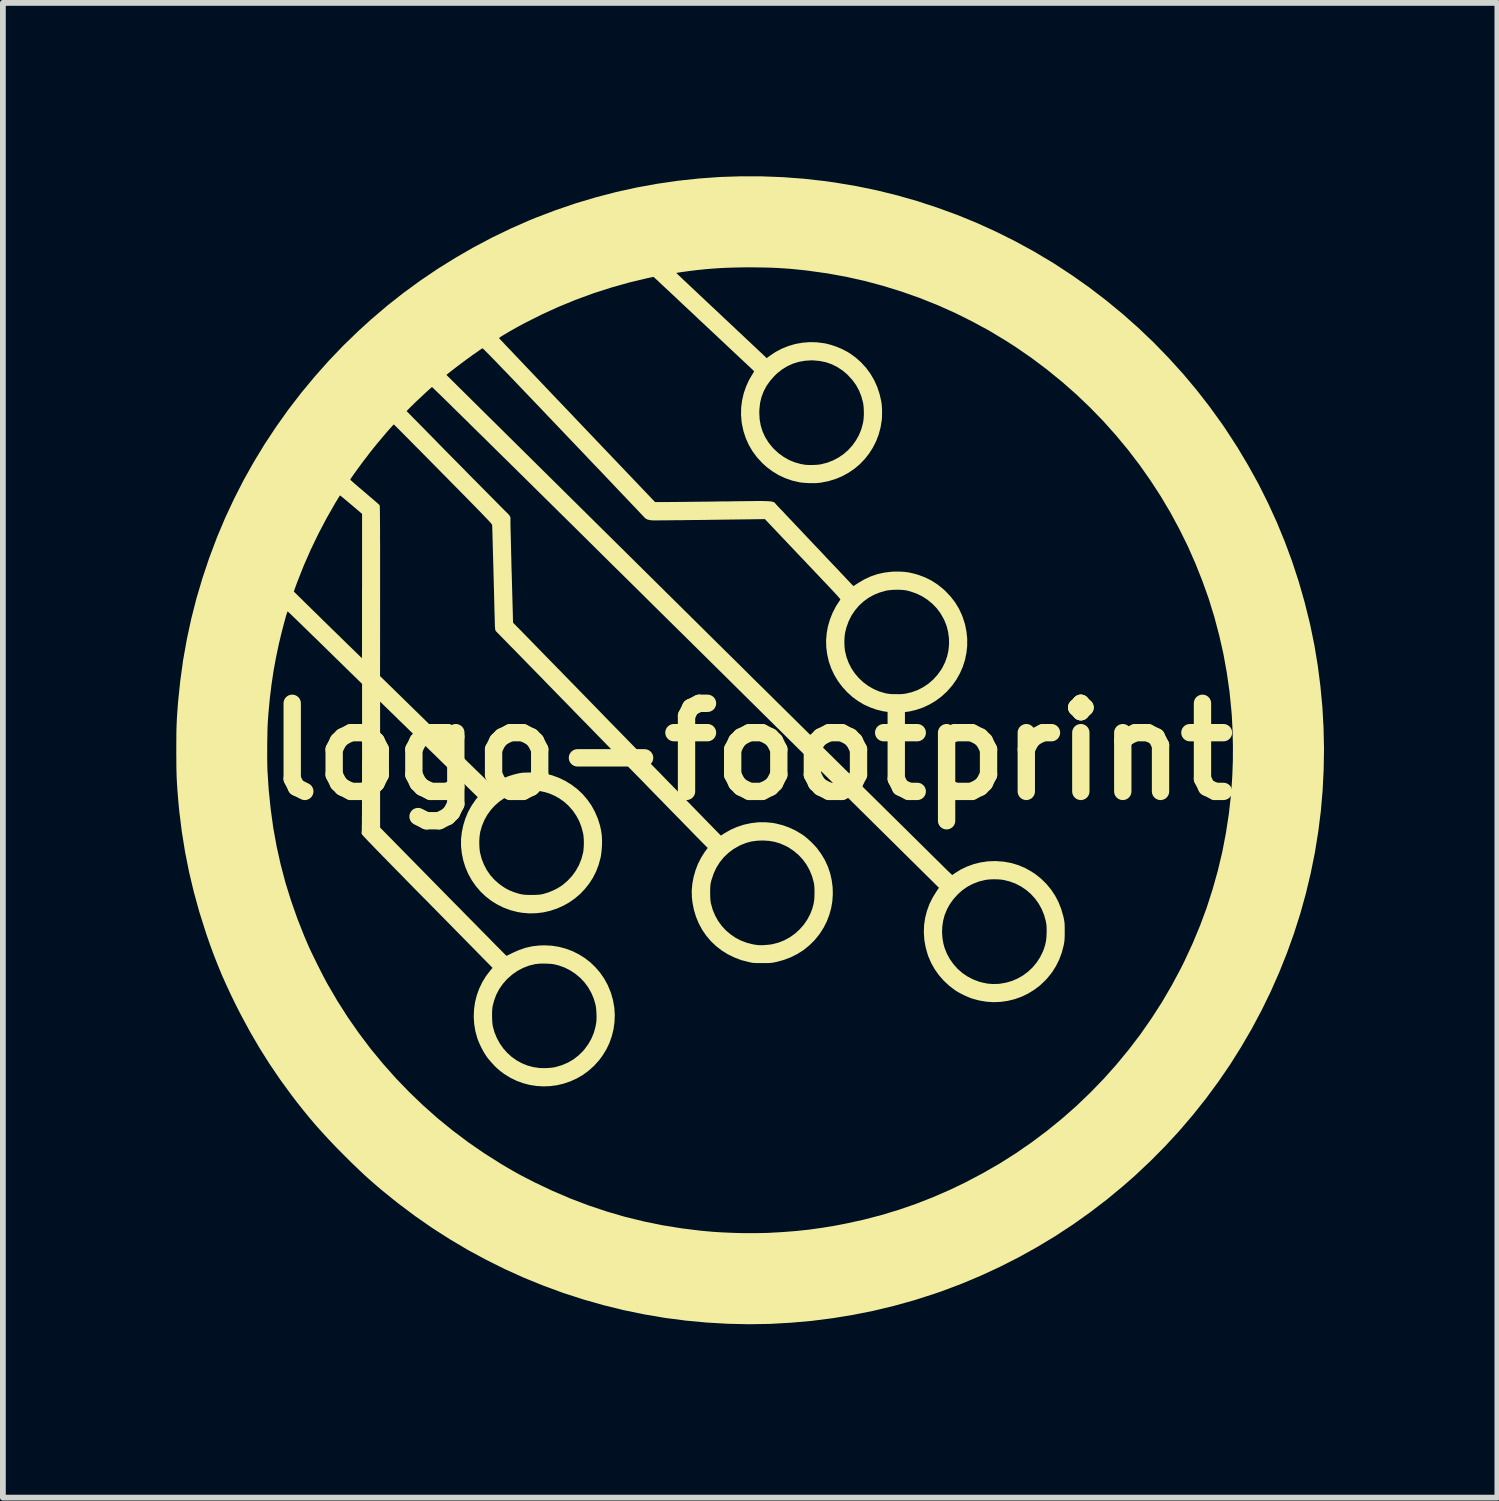
<source format=kicad_pcb>
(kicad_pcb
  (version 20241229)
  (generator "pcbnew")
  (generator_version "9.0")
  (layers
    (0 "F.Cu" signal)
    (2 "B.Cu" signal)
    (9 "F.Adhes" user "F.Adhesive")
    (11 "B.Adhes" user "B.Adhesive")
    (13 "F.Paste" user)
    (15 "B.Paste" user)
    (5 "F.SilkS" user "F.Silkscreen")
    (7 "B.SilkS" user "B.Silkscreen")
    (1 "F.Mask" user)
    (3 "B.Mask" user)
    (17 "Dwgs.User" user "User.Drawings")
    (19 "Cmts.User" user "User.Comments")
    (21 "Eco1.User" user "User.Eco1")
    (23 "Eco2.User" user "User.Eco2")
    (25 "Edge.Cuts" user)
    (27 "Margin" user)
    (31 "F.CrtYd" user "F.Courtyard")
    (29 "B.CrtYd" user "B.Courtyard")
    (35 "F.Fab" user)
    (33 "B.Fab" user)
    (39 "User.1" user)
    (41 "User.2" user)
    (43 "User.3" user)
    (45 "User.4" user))
  (footprint "logo-footprint"
    (layer "F.Cu")
    (at 9.952 9.952)
    (property "Reference" "logo-footprint" (at 0 0 0) (layer "F.SilkS") (effects (font (size 1.524 1.524) (thickness 0.3))))
    (attr board_only exclude_from_pos_files exclude_from_bom)
    (fp_poly (pts (xy 0.182 -9.951) (xy 0.547 -9.937) (xy 0.913 -9.909) (xy 1.278 -9.868) (xy 1.458 -9.842) (xy 1.814 -9.782) (xy 2.168 -9.709) (xy 2.52 -9.622) (xy 2.868 -9.523) (xy 3.212 -9.41) (xy 3.553 -9.286) (xy 3.888 -9.149) (xy 4.219 -8.999) (xy 4.543 -8.838) (xy 4.862 -8.665) (xy 5.174 -8.48) (xy 5.239 -8.44) (xy 5.547 -8.238) (xy 5.847 -8.026) (xy 6.138 -7.803) (xy 6.421 -7.57) (xy 6.695 -7.327) (xy 6.96 -7.074) (xy 7.215 -6.811) (xy 7.461 -6.54) (xy 7.697 -6.259) (xy 7.922 -5.97) (xy 8.137 -5.672) (xy 8.206 -5.571) (xy 8.406 -5.263) (xy 8.594 -4.948) (xy 8.771 -4.628) (xy 8.934 -4.302) (xy 9.086 -3.97) (xy 9.225 -3.633) (xy 9.352 -3.29) (xy 9.466 -2.942) (xy 9.567 -2.59) (xy 9.656 -2.232) (xy 9.666 -2.188) (xy 9.738 -1.838) (xy 9.796 -1.485) (xy 9.842 -1.128) (xy 9.876 -0.77) (xy 9.896 -0.409) (xy 9.904 -0.049) (xy 9.898 0.312) (xy 9.88 0.672) (xy 9.849 1.03) (xy 9.805 1.381) (xy 9.747 1.742) (xy 9.675 2.1) (xy 9.591 2.453) (xy 9.494 2.803) (xy 9.384 3.148) (xy 9.262 3.488) (xy 9.128 3.823) (xy 8.982 4.153) (xy 8.824 4.477) (xy 8.654 4.796) (xy 8.473 5.107) (xy 8.281 5.413) (xy 8.077 5.711) (xy 7.862 6.003) (xy 7.636 6.287) (xy 7.4 6.563) (xy 7.153 6.831) (xy 6.895 7.091) (xy 6.628 7.342) (xy 6.423 7.522) (xy 6.142 7.754) (xy 5.853 7.975) (xy 5.556 8.186) (xy 5.252 8.385) (xy 4.94 8.573) (xy 4.621 8.75) (xy 4.297 8.915) (xy 3.966 9.068) (xy 3.631 9.209) (xy 3.291 9.337) (xy 3.162 9.381) (xy 2.817 9.492) (xy 2.468 9.589) (xy 2.115 9.674) (xy 1.759 9.745) (xy 1.4 9.804) (xy 1.039 9.85) (xy 0.678 9.882) (xy 0.315 9.902) (xy -0.047 9.908) (xy -0.406 9.9) (xy -0.773 9.879) (xy -1.137 9.845) (xy -1.499 9.798) (xy -1.857 9.737) (xy -2.213 9.664) (xy -2.565 9.577) (xy -2.913 9.478) (xy -3.257 9.367) (xy -3.597 9.242) (xy -3.932 9.106) (xy -4.262 8.957) (xy -4.586 8.796) (xy -4.905 8.624) (xy -5.217 8.439) (xy -5.524 8.243) (xy -5.824 8.034) (xy -6.116 7.815) (xy -6.382 7.601) (xy -6.467 7.529) (xy -6.547 7.46) (xy -6.624 7.392) (xy -6.7 7.323) (xy -6.777 7.251) (xy -6.856 7.175) (xy -6.941 7.093) (xy -7.032 7.002) (xy -7.044 6.99) (xy -7.18 6.853) (xy -7.306 6.721) (xy -7.424 6.593) (xy -7.537 6.467) (xy -7.645 6.34) (xy -7.751 6.211) (xy -7.857 6.077) (xy -7.961 5.941) (xy -8.157 5.672) (xy -8.341 5.401) (xy -8.514 5.126) (xy -8.678 4.845) (xy -8.834 4.556) (xy -8.924 4.38) (xy -9.011 4.201) (xy -9.091 4.028) (xy -9.166 3.86) (xy -9.235 3.692) (xy -9.302 3.522) (xy -9.367 3.346) (xy -9.431 3.161) (xy -9.446 3.115) (xy -9.555 2.77) (xy -9.65 2.425) (xy -9.732 2.08) (xy -9.801 1.732) (xy -9.857 1.382) (xy -9.901 1.028) (xy -9.921 0.814) (xy -9.927 0.736) (xy -9.933 0.665) (xy -9.937 0.601) (xy -9.941 0.54) (xy -9.944 0.481) (xy -9.947 0.421) (xy -9.948 0.36) (xy -9.95 0.295) (xy -9.951 0.223) (xy -9.951 0.144) (xy -9.952 0.054) (xy -9.952 0.048) (xy -8.379 0.048) (xy -8.379 0.127) (xy -8.378 0.2) (xy -8.377 0.265) (xy -8.375 0.32) (xy -8.375 0.329) (xy -8.353 0.666) (xy -8.319 0.996) (xy -8.274 1.322) (xy -8.216 1.643) (xy -8.145 1.96) (xy -8.062 2.274) (xy -7.965 2.585) (xy -7.856 2.895) (xy -7.734 3.203) (xy -7.664 3.366) (xy -7.644 3.411) (xy -7.619 3.464) (xy -7.589 3.526) (xy -7.556 3.593) (xy -7.522 3.663) (xy -7.486 3.734) (xy -7.451 3.804) (xy -7.417 3.87) (xy -7.385 3.931) (xy -7.357 3.984) (xy -7.335 4.024) (xy -7.165 4.315) (xy -6.984 4.599) (xy -6.792 4.874) (xy -6.59 5.142) (xy -6.377 5.4) (xy -6.155 5.65) (xy -5.923 5.891) (xy -5.682 6.122) (xy -5.432 6.344) (xy -5.173 6.555) (xy -4.906 6.756) (xy -4.631 6.946) (xy -4.348 7.125) (xy -4.319 7.143) (xy -4.231 7.195) (xy -4.149 7.243) (xy -4.071 7.287) (xy -3.993 7.33) (xy -3.912 7.372) (xy -3.824 7.417) (xy -3.746 7.457) (xy -3.442 7.601) (xy -3.133 7.733) (xy -2.821 7.852) (xy -2.504 7.958) (xy -2.184 8.051) (xy -1.86 8.13) (xy -1.533 8.197) (xy -1.202 8.25) (xy -0.868 8.291) (xy -0.655 8.31) (xy -0.505 8.319) (xy -0.348 8.326) (xy -0.187 8.331) (xy -0.027 8.332) (xy 0.129 8.331) (xy 0.277 8.328) (xy 0.305 8.326) (xy 0.543 8.313) (xy 0.772 8.295) (xy 0.996 8.271) (xy 1.218 8.24) (xy 1.442 8.203) (xy 1.615 8.17) (xy 1.932 8.101) (xy 2.241 8.021) (xy 2.545 7.929) (xy 2.844 7.826) (xy 3.14 7.71) (xy 3.434 7.582) (xy 3.698 7.455) (xy 3.996 7.298) (xy 4.287 7.131) (xy 4.57 6.952) (xy 4.845 6.762) (xy 5.112 6.562) (xy 5.37 6.352) (xy 5.62 6.132) (xy 5.86 5.902) (xy 6.092 5.663) (xy 6.313 5.415) (xy 6.525 5.158) (xy 6.727 4.893) (xy 6.918 4.619) (xy 7.099 4.338) (xy 7.268 4.049) (xy 7.427 3.752) (xy 7.488 3.629) (xy 7.63 3.323) (xy 7.759 3.013) (xy 7.875 2.7) (xy 7.977 2.382) (xy 8.067 2.061) (xy 8.144 1.737) (xy 8.207 1.409) (xy 8.258 1.077) (xy 8.295 0.743) (xy 8.302 0.658) (xy 8.318 0.409) (xy 8.327 0.153) (xy 8.328 -0.107) (xy 8.322 -0.365) (xy 8.309 -0.618) (xy 8.302 -0.706) (xy 8.269 -1.037) (xy 8.222 -1.366) (xy 8.163 -1.692) (xy 8.09 -2.013) (xy 8.006 -2.331) (xy 7.909 -2.645) (xy 7.799 -2.953) (xy 7.678 -3.257) (xy 7.546 -3.556) (xy 7.401 -3.849) (xy 7.246 -4.136) (xy 7.079 -4.417) (xy 6.901 -4.691) (xy 6.713 -4.959) (xy 6.514 -5.219) (xy 6.305 -5.471) (xy 6.086 -5.716) (xy 5.857 -5.952) (xy 5.618 -6.18) (xy 5.369 -6.399) (xy 5.112 -6.608) (xy 4.845 -6.809) (xy 4.569 -6.999) (xy 4.393 -7.112) (xy 4.109 -7.283) (xy 3.817 -7.441) (xy 3.52 -7.589) (xy 3.217 -7.724) (xy 2.909 -7.847) (xy 2.597 -7.957) (xy 2.281 -8.055) (xy 1.961 -8.141) (xy 1.639 -8.213) (xy 1.314 -8.272) (xy 0.988 -8.318) (xy 0.92 -8.326) (xy 0.793 -8.339) (xy 0.674 -8.351) (xy 0.559 -8.359) (xy 0.446 -8.366) (xy 0.331 -8.371) (xy 0.212 -8.374) (xy 0.085 -8.376) (xy -0.031 -8.377) (xy -0.175 -8.376) (xy -0.308 -8.373) (xy -0.434 -8.369) (xy -0.555 -8.363) (xy -0.674 -8.355) (xy -0.794 -8.345) (xy -0.919 -8.332) (xy -0.94 -8.33) (xy -0.99 -8.324) (xy -1.042 -8.318) (xy -1.094 -8.311) (xy -1.143 -8.304) (xy -1.189 -8.298) (xy -1.229 -8.292) (xy -1.262 -8.287) (xy -1.286 -8.283) (xy -1.299 -8.28) (xy -1.301 -8.279) (xy -1.296 -8.274) (xy -1.282 -8.26) (xy -1.259 -8.238) (xy -1.227 -8.208) (xy -1.188 -8.171) (xy -1.141 -8.127) (xy -1.088 -8.077) (xy -1.029 -8.021) (xy -0.964 -7.96) (xy -0.895 -7.895) (xy -0.82 -7.825) (xy -0.742 -7.751) (xy -0.661 -7.675) (xy -0.576 -7.596) (xy -0.556 -7.577) (xy -0.471 -7.496) (xy -0.387 -7.418) (xy -0.307 -7.343) (xy -0.23 -7.27) (xy -0.157 -7.202) (xy -0.089 -7.137) (xy -0.025 -7.078) (xy 0.032 -7.024) (xy 0.083 -6.976) (xy 0.127 -6.934) (xy 0.164 -6.9) (xy 0.193 -6.873) (xy 0.213 -6.854) (xy 0.224 -6.843) (xy 0.224 -6.843) (xy 0.262 -6.806) (xy 0.306 -6.839) (xy 0.411 -6.91) (xy 0.522 -6.969) (xy 0.638 -7.016) (xy 0.758 -7.051) (xy 0.881 -7.073) (xy 1.006 -7.083) (xy 1.131 -7.08) (xy 1.256 -7.064) (xy 1.293 -7.057) (xy 1.38 -7.034) (xy 1.471 -7.003) (xy 1.56 -6.966) (xy 1.643 -6.923) (xy 1.698 -6.891) (xy 1.802 -6.816) (xy 1.896 -6.732) (xy 1.981 -6.639) (xy 2.056 -6.537) (xy 2.12 -6.428) (xy 2.173 -6.312) (xy 2.214 -6.189) (xy 2.243 -6.065) (xy 2.25 -6.02) (xy 2.255 -5.965) (xy 2.258 -5.906) (xy 2.258 -5.846) (xy 2.257 -5.789) (xy 2.254 -5.74) (xy 2.253 -5.734) (xy 2.232 -5.606) (xy 2.199 -5.483) (xy 2.154 -5.366) (xy 2.098 -5.256) (xy 2.032 -5.153) (xy 1.956 -5.057) (xy 1.871 -4.969) (xy 1.778 -4.891) (xy 1.676 -4.822) (xy 1.568 -4.763) (xy 1.453 -4.715) (xy 1.332 -4.678) (xy 1.205 -4.653) (xy 1.167 -4.648) (xy 1.117 -4.644) (xy 1.059 -4.643) (xy 0.996 -4.644) (xy 0.933 -4.647) (xy 0.875 -4.652) (xy 0.831 -4.658) (xy 0.705 -4.687) (xy 0.584 -4.729) (xy 0.469 -4.782) (xy 0.361 -4.848) (xy 0.258 -4.925) (xy 0.183 -4.994) (xy 0.094 -5.091) (xy 0.018 -5.193) (xy -0.046 -5.302) (xy -0.098 -5.417) (xy -0.138 -5.538) (xy -0.166 -5.665) (xy -0.173 -5.711) (xy -0.182 -5.833) (xy -0.181 -5.86) (xy 0.134 -5.86) (xy 0.14 -5.747) (xy 0.159 -5.64) (xy 0.191 -5.538) (xy 0.235 -5.441) (xy 0.292 -5.349) (xy 0.361 -5.263) (xy 0.383 -5.239) (xy 0.466 -5.162) (xy 0.556 -5.097) (xy 0.651 -5.043) (xy 0.751 -5.002) (xy 0.857 -4.973) (xy 0.93 -4.961) (xy 0.971 -4.958) (xy 1.022 -4.957) (xy 1.076 -4.958) (xy 1.13 -4.961) (xy 1.179 -4.966) (xy 1.207 -4.971) (xy 1.312 -4.998) (xy 1.412 -5.037) (xy 1.506 -5.087) (xy 1.594 -5.147) (xy 1.673 -5.217) (xy 1.744 -5.295) (xy 1.806 -5.382) (xy 1.858 -5.475) (xy 1.899 -5.575) (xy 1.927 -5.679) (xy 1.932 -5.704) (xy 1.939 -5.757) (xy 1.943 -5.819) (xy 1.943 -5.884) (xy 1.94 -5.949) (xy 1.934 -6.007) (xy 1.929 -6.036) (xy 1.9 -6.144) (xy 1.86 -6.245) (xy 1.809 -6.339) (xy 1.745 -6.427) (xy 1.669 -6.51) (xy 1.66 -6.52) (xy 1.575 -6.592) (xy 1.484 -6.652) (xy 1.388 -6.7) (xy 1.287 -6.735) (xy 1.181 -6.757) (xy 1.07 -6.767) (xy 1.038 -6.768) (xy 0.926 -6.761) (xy 0.819 -6.742) (xy 0.717 -6.711) (xy 0.62 -6.667) (xy 0.529 -6.611) (xy 0.442 -6.542) (xy 0.397 -6.499) (xy 0.322 -6.414) (xy 0.259 -6.325) (xy 0.21 -6.232) (xy 0.173 -6.135) (xy 0.148 -6.032) (xy 0.136 -5.923) (xy 0.134 -5.86) (xy -0.181 -5.86) (xy -0.179 -5.955) (xy -0.163 -6.078) (xy -0.135 -6.198) (xy -0.095 -6.315) (xy -0.044 -6.427) (xy 0.01 -6.519) (xy 0.026 -6.544) (xy 0.037 -6.564) (xy 0.043 -6.578) (xy 0.043 -6.582) (xy 0.037 -6.587) (xy 0.023 -6.601) (xy -0.001 -6.624) (xy -0.033 -6.654) (xy -0.073 -6.691) (xy -0.121 -6.736) (xy -0.175 -6.786) (xy -0.235 -6.843) (xy -0.301 -6.905) (xy -0.373 -6.972) (xy -0.449 -7.044) (xy -0.53 -7.12) (xy -0.614 -7.199) (xy -0.702 -7.281) (xy -0.792 -7.366) (xy -0.811 -7.384) (xy -0.903 -7.469) (xy -0.991 -7.553) (xy -1.077 -7.633) (xy -1.159 -7.71) (xy -1.237 -7.783) (xy -1.31 -7.852) (xy -1.378 -7.916) (xy -1.441 -7.975) (xy -1.497 -8.027) (xy -1.547 -8.074) (xy -1.59 -8.114) (xy -1.624 -8.147) (xy -1.651 -8.171) (xy -1.669 -8.188) (xy -1.677 -8.196) (xy -1.678 -8.196) (xy -1.695 -8.212) (xy -1.796 -8.191) (xy -2.111 -8.116) (xy -2.424 -8.028) (xy -2.735 -7.928) (xy -3.043 -7.815) (xy -3.345 -7.691) (xy -3.642 -7.555) (xy -3.931 -7.409) (xy -4.022 -7.36) (xy -4.076 -7.33) (xy -4.13 -7.3) (xy -4.181 -7.271) (xy -4.228 -7.243) (xy -4.271 -7.218) (xy -4.308 -7.195) (xy -4.337 -7.177) (xy -4.357 -7.163) (xy -4.368 -7.154) (xy -4.369 -7.152) (xy -4.364 -7.147) (xy -4.35 -7.132) (xy -4.328 -7.108) (xy -4.297 -7.076) (xy -4.259 -7.035) (xy -4.213 -6.987) (xy -4.159 -6.931) (xy -4.099 -6.867) (xy -4.033 -6.798) (xy -3.96 -6.721) (xy -3.882 -6.639) (xy -3.799 -6.552) (xy -3.711 -6.459) (xy -3.618 -6.361) (xy -3.521 -6.259) (xy -3.42 -6.153) (xy -3.316 -6.044) (xy -3.208 -5.931) (xy -3.098 -5.816) (xy -3.018 -5.731) (xy -1.669 -4.316) (xy -1.515 -4.316) (xy -1.488 -4.316) (xy -1.449 -4.316) (xy -1.398 -4.317) (xy -1.337 -4.317) (xy -1.266 -4.318) (xy -1.187 -4.319) (xy -1.1 -4.32) (xy -1.008 -4.321) (xy -0.909 -4.322) (xy -0.807 -4.323) (xy -0.701 -4.324) (xy -0.593 -4.326) (xy -0.521 -4.327) (xy -0.393 -4.328) (xy -0.278 -4.33) (xy -0.175 -4.331) (xy -0.083 -4.332) (xy -0.002 -4.333) (xy 0.069 -4.334) (xy 0.13 -4.334) (xy 0.183 -4.334) (xy 0.229 -4.333) (xy 0.267 -4.332) (xy 0.299 -4.33) (xy 0.325 -4.328) (xy 0.346 -4.325) (xy 0.364 -4.322) (xy 0.377 -4.317) (xy 0.388 -4.312) (xy 0.397 -4.307) (xy 0.405 -4.3) (xy 0.412 -4.292) (xy 0.419 -4.284) (xy 0.427 -4.274) (xy 0.434 -4.266) (xy 0.442 -4.257) (xy 0.459 -4.239) (xy 0.484 -4.213) (xy 0.517 -4.179) (xy 0.556 -4.138) (xy 0.6 -4.09) (xy 0.651 -4.037) (xy 0.706 -3.979) (xy 0.764 -3.917) (xy 0.827 -3.851) (xy 0.891 -3.783) (xy 0.958 -3.712) (xy 1.026 -3.64) (xy 1.095 -3.567) (xy 1.164 -3.495) (xy 1.232 -3.423) (xy 1.298 -3.352) (xy 1.363 -3.284) (xy 1.425 -3.219) (xy 1.484 -3.157) (xy 1.538 -3.099) (xy 1.588 -3.047) (xy 1.632 -3) (xy 1.67 -2.959) (xy 1.702 -2.926) (xy 1.726 -2.9) (xy 1.743 -2.883) (xy 1.748 -2.878) (xy 1.763 -2.862) (xy 1.836 -2.91) (xy 1.947 -2.976) (xy 2.06 -3.029) (xy 2.177 -3.069) (xy 2.298 -3.096) (xy 2.425 -3.111) (xy 2.473 -3.113) (xy 2.565 -3.113) (xy 2.649 -3.108) (xy 2.729 -3.097) (xy 2.81 -3.078) (xy 2.887 -3.056) (xy 3.004 -3.012) (xy 3.112 -2.958) (xy 3.215 -2.892) (xy 3.312 -2.815) (xy 3.358 -2.772) (xy 3.445 -2.68) (xy 3.52 -2.583) (xy 3.584 -2.479) (xy 3.637 -2.368) (xy 3.654 -2.324) (xy 3.693 -2.202) (xy 3.718 -2.078) (xy 3.731 -1.954) (xy 3.731 -1.83) (xy 3.718 -1.707) (xy 3.693 -1.586) (xy 3.656 -1.469) (xy 3.606 -1.355) (xy 3.545 -1.246) (xy 3.472 -1.143) (xy 3.388 -1.047) (xy 3.376 -1.034) (xy 3.282 -0.949) (xy 3.182 -0.875) (xy 3.077 -0.813) (xy 2.968 -0.762) (xy 2.855 -0.723) (xy 2.741 -0.695) (xy 2.625 -0.679) (xy 2.508 -0.674) (xy 2.391 -0.68) (xy 2.276 -0.697) (xy 2.162 -0.725) (xy 2.052 -0.764) (xy 1.944 -0.813) (xy 1.842 -0.874) (xy 1.745 -0.945) (xy 1.654 -1.027) (xy 1.57 -1.119) (xy 1.496 -1.218) (xy 1.43 -1.328) (xy 1.377 -1.442) (xy 1.336 -1.56) (xy 1.309 -1.68) (xy 1.293 -1.801) (xy 1.291 -1.877) (xy 1.606 -1.877) (xy 1.609 -1.81) (xy 1.616 -1.748) (xy 1.618 -1.737) (xy 1.643 -1.633) (xy 1.681 -1.532) (xy 1.729 -1.438) (xy 1.788 -1.35) (xy 1.857 -1.27) (xy 1.934 -1.198) (xy 2.019 -1.135) (xy 2.111 -1.082) (xy 2.208 -1.04) (xy 2.311 -1.01) (xy 2.351 -1.002) (xy 2.394 -0.996) (xy 2.446 -0.993) (xy 2.503 -0.992) (xy 2.56 -0.992) (xy 2.614 -0.995) (xy 2.66 -1.001) (xy 2.667 -1.002) (xy 2.773 -1.027) (xy 2.874 -1.064) (xy 2.969 -1.113) (xy 3.059 -1.173) (xy 3.141 -1.244) (xy 3.215 -1.325) (xy 3.28 -1.415) (xy 3.304 -1.455) (xy 3.35 -1.549) (xy 3.385 -1.649) (xy 3.407 -1.752) (xy 3.417 -1.857) (xy 3.415 -1.963) (xy 3.401 -2.068) (xy 3.375 -2.171) (xy 3.336 -2.271) (xy 3.323 -2.297) (xy 3.268 -2.393) (xy 3.203 -2.48) (xy 3.127 -2.558) (xy 3.043 -2.627) (xy 2.951 -2.686) (xy 2.852 -2.734) (xy 2.747 -2.77) (xy 2.68 -2.787) (xy 2.633 -2.794) (xy 2.576 -2.798) (xy 2.515 -2.799) (xy 2.452 -2.798) (xy 2.392 -2.793) (xy 2.34 -2.786) (xy 2.329 -2.783) (xy 2.221 -2.753) (xy 2.119 -2.712) (xy 2.025 -2.66) (xy 1.938 -2.597) (xy 1.859 -2.524) (xy 1.79 -2.443) (xy 1.73 -2.354) (xy 1.681 -2.256) (xy 1.643 -2.152) (xy 1.621 -2.068) (xy 1.612 -2.011) (xy 1.607 -1.945) (xy 1.606 -1.877) (xy 1.291 -1.877) (xy 1.29 -1.923) (xy 1.3 -2.046) (xy 1.322 -2.167) (xy 1.357 -2.287) (xy 1.404 -2.404) (xy 1.464 -2.519) (xy 1.536 -2.629) (xy 1.536 -2.63) (xy 1.535 -2.635) (xy 1.527 -2.647) (xy 1.511 -2.665) (xy 1.489 -2.691) (xy 1.458 -2.725) (xy 1.419 -2.767) (xy 1.372 -2.817) (xy 1.316 -2.877) (xy 1.289 -2.906) (xy 1.242 -2.954) (xy 1.188 -3.012) (xy 1.127 -3.076) (xy 1.061 -3.146) (xy 0.991 -3.219) (xy 0.919 -3.296) (xy 0.845 -3.373) (xy 0.772 -3.45) (xy 0.701 -3.525) (xy 0.633 -3.597) (xy 0.231 -4.021) (xy -0.704 -4.009) (xy -0.817 -4.007) (xy -0.927 -4.006) (xy -1.033 -4.005) (xy -1.134 -4.004) (xy -1.23 -4.002) (xy -1.32 -4.002) (xy -1.403 -4.001) (xy -1.477 -4) (xy -1.543 -4) (xy -1.599 -3.999) (xy -1.645 -3.999) (xy -1.679 -3.999) (xy -1.7 -3.999) (xy -1.707 -3.999) (xy -1.76 -4.004) (xy -1.803 -4.015) (xy -1.834 -4.032) (xy -1.853 -4.05) (xy -1.859 -4.057) (xy -1.874 -4.072) (xy -1.897 -4.097) (xy -1.929 -4.13) (xy -1.968 -4.172) (xy -2.015 -4.222) (xy -2.07 -4.279) (xy -2.131 -4.343) (xy -2.198 -4.414) (xy -2.272 -4.491) (xy -2.351 -4.574) (xy -2.435 -4.663) (xy -2.524 -4.757) (xy -2.618 -4.856) (xy -2.717 -4.959) (xy -2.819 -5.066) (xy -2.924 -5.177) (xy -3.033 -5.291) (xy -3.144 -5.407) (xy -3.256 -5.525) (xy -3.397 -5.673) (xy -3.53 -5.812) (xy -3.653 -5.942) (xy -3.768 -6.062) (xy -3.875 -6.174) (xy -3.974 -6.277) (xy -4.064 -6.372) (xy -4.148 -6.459) (xy -4.223 -6.538) (xy -4.292 -6.609) (xy -4.354 -6.673) (xy -4.409 -6.731) (xy -4.458 -6.781) (xy -4.501 -6.825) (xy -4.538 -6.863) (xy -4.57 -6.895) (xy -4.596 -6.921) (xy -4.617 -6.942) (xy -4.633 -6.958) (xy -4.644 -6.968) (xy -4.652 -6.974) (xy -4.655 -6.976) (xy -4.655 -6.976) (xy -4.672 -6.966) (xy -4.699 -6.948) (xy -4.733 -6.924) (xy -4.774 -6.895) (xy -4.821 -6.863) (xy -4.87 -6.827) (xy -4.923 -6.789) (xy -4.976 -6.75) (xy -5.028 -6.711) (xy -5.078 -6.673) (xy -5.125 -6.638) (xy -5.167 -6.605) (xy -5.203 -6.577) (xy -5.21 -6.572) (xy -5.279 -6.516) (xy -0.963 -2.245) (xy -0.759 -2.043) (xy -0.557 -1.843) (xy -0.357 -1.646) (xy -0.16 -1.451) (xy 0.033 -1.259) (xy 0.224 -1.071) (xy 0.412 -0.885) (xy 0.596 -0.703) (xy 0.776 -0.525) (xy 0.952 -0.351) (xy 1.124 -0.181) (xy 1.291 -0.015) (xy 1.454 0.146) (xy 1.612 0.302) (xy 1.765 0.453) (xy 1.912 0.599) (xy 2.054 0.739) (xy 2.191 0.874) (xy 2.321 1.003) (xy 2.445 1.125) (xy 2.563 1.242) (xy 2.674 1.351) (xy 2.778 1.454) (xy 2.875 1.55) (xy 2.965 1.639) (xy 3.047 1.72) (xy 3.121 1.794) (xy 3.188 1.86) (xy 3.247 1.917) (xy 3.297 1.967) (xy 3.338 2.008) (xy 3.371 2.04) (xy 3.394 2.063) (xy 3.408 2.077) (xy 3.413 2.081) (xy 3.472 2.137) (xy 3.519 2.104) (xy 3.62 2.041) (xy 3.729 1.989) (xy 3.844 1.948) (xy 3.963 1.918) (xy 4.085 1.9) (xy 4.207 1.895) (xy 4.241 1.896) (xy 4.371 1.906) (xy 4.495 1.929) (xy 4.614 1.965) (xy 4.729 2.013) (xy 4.839 2.074) (xy 4.912 2.122) (xy 5.012 2.202) (xy 5.102 2.291) (xy 5.182 2.388) (xy 5.252 2.493) (xy 5.311 2.606) (xy 5.358 2.726) (xy 5.394 2.852) (xy 5.4 2.877) (xy 5.406 2.906) (xy 5.41 2.932) (xy 5.414 2.956) (xy 5.416 2.983) (xy 5.417 3.013) (xy 5.418 3.051) (xy 5.418 3.099) (xy 5.418 3.115) (xy 5.418 3.166) (xy 5.417 3.207) (xy 5.416 3.239) (xy 5.414 3.266) (xy 5.411 3.291) (xy 5.407 3.316) (xy 5.402 3.344) (xy 5.4 3.353) (xy 5.367 3.48) (xy 5.323 3.599) (xy 5.267 3.711) (xy 5.201 3.817) (xy 5.122 3.916) (xy 5.083 3.959) (xy 4.99 4.047) (xy 4.889 4.123) (xy 4.783 4.188) (xy 4.671 4.242) (xy 4.554 4.284) (xy 4.434 4.313) (xy 4.312 4.331) (xy 4.188 4.336) (xy 4.063 4.328) (xy 3.938 4.307) (xy 3.82 4.275) (xy 3.771 4.257) (xy 3.715 4.233) (xy 3.657 4.206) (xy 3.601 4.177) (xy 3.55 4.148) (xy 3.522 4.13) (xy 3.418 4.051) (xy 3.325 3.964) (xy 3.241 3.868) (xy 3.168 3.765) (xy 3.107 3.656) (xy 3.057 3.54) (xy 3.046 3.508) (xy 3.011 3.382) (xy 2.989 3.256) (xy 2.981 3.13) (xy 2.981 3.127) (xy 3.296 3.127) (xy 3.303 3.228) (xy 3.32 3.326) (xy 3.339 3.394) (xy 3.38 3.498) (xy 3.433 3.594) (xy 3.496 3.682) (xy 3.568 3.762) (xy 3.649 3.833) (xy 3.739 3.893) (xy 3.835 3.943) (xy 3.938 3.982) (xy 3.983 3.994) (xy 4.077 4.014) (xy 4.168 4.022) (xy 4.262 4.02) (xy 4.297 4.017) (xy 4.405 3.998) (xy 4.508 3.968) (xy 4.607 3.925) (xy 4.699 3.872) (xy 4.784 3.808) (xy 4.862 3.735) (xy 4.931 3.652) (xy 4.99 3.562) (xy 5.039 3.464) (xy 5.058 3.415) (xy 5.078 3.351) (xy 5.093 3.287) (xy 5.101 3.22) (xy 5.105 3.146) (xy 5.106 3.115) (xy 5.105 3.066) (xy 5.104 3.026) (xy 5.101 2.993) (xy 5.096 2.962) (xy 5.091 2.933) (xy 5.061 2.826) (xy 5.019 2.724) (xy 4.967 2.63) (xy 4.904 2.543) (xy 4.832 2.464) (xy 4.752 2.395) (xy 4.663 2.335) (xy 4.567 2.285) (xy 4.464 2.247) (xy 4.363 2.222) (xy 4.312 2.215) (xy 4.253 2.211) (xy 4.191 2.21) (xy 4.129 2.212) (xy 4.073 2.217) (xy 4.042 2.222) (xy 3.933 2.249) (xy 3.831 2.288) (xy 3.737 2.337) (xy 3.648 2.399) (xy 3.566 2.472) (xy 3.563 2.476) (xy 3.49 2.557) (xy 3.43 2.642) (xy 3.381 2.731) (xy 3.342 2.827) (xy 3.339 2.834) (xy 3.315 2.927) (xy 3.3 3.026) (xy 3.296 3.127) (xy 2.981 3.127) (xy 2.985 3.004) (xy 3.003 2.88) (xy 3.034 2.759) (xy 3.077 2.64) (xy 3.134 2.525) (xy 3.2 2.419) (xy 3.242 2.357) (xy -1.138 -1.977) (xy -1.416 -2.251) (xy -1.685 -2.517) (xy -1.944 -2.774) (xy -2.195 -3.022) (xy -2.438 -3.261) (xy -2.671 -3.492) (xy -2.895 -3.714) (xy -3.11 -3.927) (xy -3.317 -4.131) (xy -3.514 -4.326) (xy -3.703 -4.512) (xy -3.882 -4.689) (xy -4.052 -4.857) (xy -4.213 -5.016) (xy -4.365 -5.165) (xy -4.508 -5.306) (xy -4.641 -5.438) (xy -4.766 -5.56) (xy -4.881 -5.674) (xy -4.986 -5.778) (xy -5.083 -5.872) (xy -5.17 -5.958) (xy -5.247 -6.034) (xy -5.316 -6.101) (xy -5.374 -6.158) (xy -5.424 -6.206) (xy -5.464 -6.245) (xy -5.494 -6.274) (xy -5.515 -6.294) (xy -5.526 -6.304) (xy -5.528 -6.306) (xy -5.537 -6.299) (xy -5.554 -6.284) (xy -5.579 -6.262) (xy -5.609 -6.235) (xy -5.643 -6.204) (xy -5.68 -6.169) (xy -5.718 -6.134) (xy -5.756 -6.098) (xy -5.793 -6.063) (xy -5.828 -6.03) (xy -5.857 -6.001) (xy -5.882 -5.977) (xy -5.883 -5.976) (xy -5.968 -5.89) (xy -5.9 -5.821) (xy -5.828 -5.748) (xy -5.752 -5.671) (xy -5.673 -5.591) (xy -5.592 -5.508) (xy -5.508 -5.423) (xy -5.423 -5.336) (xy -5.337 -5.248) (xy -5.25 -5.16) (xy -5.163 -5.072) (xy -5.077 -4.985) (xy -4.992 -4.899) (xy -4.909 -4.814) (xy -4.828 -4.732) (xy -4.749 -4.653) (xy -4.675 -4.577) (xy -4.604 -4.506) (xy -4.538 -4.439) (xy -4.476 -4.377) (xy -4.42 -4.32) (xy -4.371 -4.27) (xy -4.328 -4.227) (xy -4.292 -4.191) (xy -4.265 -4.163) (xy -4.245 -4.144) (xy -4.234 -4.133) (xy -4.234 -4.133) (xy -4.205 -4.104) (xy -4.186 -4.081) (xy -4.175 -4.06) (xy -4.17 -4.038) (xy -4.171 -4.014) (xy -4.171 -4.01) (xy -4.171 -3.999) (xy -4.171 -3.976) (xy -4.171 -3.941) (xy -4.17 -3.895) (xy -4.169 -3.839) (xy -4.167 -3.773) (xy -4.165 -3.699) (xy -4.163 -3.617) (xy -4.161 -3.528) (xy -4.159 -3.433) (xy -4.156 -3.333) (xy -4.154 -3.229) (xy -4.151 -3.121) (xy -4.15 -3.105) (xy -4.126 -2.23) (xy -4.049 -2.151) (xy -4.038 -2.141) (xy -4.019 -2.121) (xy -3.99 -2.092) (xy -3.954 -2.054) (xy -3.909 -2.008) (xy -3.856 -1.954) (xy -3.796 -1.893) (xy -3.729 -1.824) (xy -3.656 -1.749) (xy -3.576 -1.667) (xy -3.491 -1.58) (xy -3.399 -1.486) (xy -3.303 -1.388) (xy -3.202 -1.284) (xy -3.096 -1.176) (xy -2.986 -1.063) (xy -2.873 -0.947) (xy -2.756 -0.827) (xy -2.636 -0.704) (xy -2.514 -0.578) (xy -2.389 -0.45) (xy -2.29 -0.349) (xy -2.164 -0.22) (xy -2.04 -0.093) (xy -1.919 0.031) (xy -1.801 0.152) (xy -1.686 0.27) (xy -1.574 0.384) (xy -1.467 0.495) (xy -1.364 0.6) (xy -1.265 0.701) (xy -1.172 0.797) (xy -1.084 0.887) (xy -1.002 0.971) (xy -0.925 1.05) (xy -0.856 1.121) (xy -0.793 1.186) (xy -0.737 1.243) (xy -0.688 1.293) (xy -0.647 1.335) (xy -0.615 1.368) (xy -0.591 1.393) (xy -0.575 1.408) (xy -0.57 1.414) (xy -0.53 1.454) (xy -0.472 1.416) (xy -0.364 1.354) (xy -0.25 1.304) (xy -0.131 1.265) (xy -0.01 1.239) (xy 0.114 1.224) (xy 0.238 1.223) (xy 0.361 1.234) (xy 0.426 1.246) (xy 0.543 1.276) (xy 0.657 1.317) (xy 0.766 1.369) (xy 0.868 1.43) (xy 0.923 1.469) (xy 0.957 1.497) (xy 0.996 1.532) (xy 1.038 1.571) (xy 1.078 1.612) (xy 1.113 1.65) (xy 1.133 1.673) (xy 1.207 1.774) (xy 1.27 1.88) (xy 1.321 1.992) (xy 1.36 2.107) (xy 1.387 2.226) (xy 1.403 2.346) (xy 1.406 2.467) (xy 1.398 2.588) (xy 1.378 2.708) (xy 1.345 2.826) (xy 1.301 2.941) (xy 1.245 3.051) (xy 1.177 3.157) (xy 1.17 3.166) (xy 1.089 3.266) (xy 0.998 3.355) (xy 0.899 3.435) (xy 0.792 3.503) (xy 0.678 3.56) (xy 0.556 3.606) (xy 0.428 3.641) (xy 0.421 3.642) (xy 0.391 3.648) (xy 0.365 3.653) (xy 0.34 3.656) (xy 0.314 3.658) (xy 0.282 3.66) (xy 0.243 3.66) (xy 0.194 3.66) (xy 0.187 3.66) (xy 0.136 3.66) (xy 0.096 3.66) (xy 0.063 3.659) (xy 0.036 3.657) (xy 0.011 3.654) (xy -0.014 3.649) (xy -0.043 3.643) (xy -0.048 3.642) (xy -0.176 3.609) (xy -0.297 3.563) (xy -0.411 3.507) (xy -0.517 3.441) (xy -0.615 3.365) (xy -0.704 3.28) (xy -0.783 3.187) (xy -0.853 3.085) (xy -0.912 2.976) (xy -0.96 2.861) (xy -0.997 2.739) (xy -1.022 2.611) (xy -1.032 2.527) (xy -1.034 2.445) (xy -0.716 2.445) (xy -0.715 2.497) (xy -0.713 2.546) (xy -0.709 2.589) (xy -0.704 2.623) (xy -0.703 2.626) (xy -0.673 2.734) (xy -0.631 2.835) (xy -0.579 2.929) (xy -0.516 3.016) (xy -0.444 3.094) (xy -0.363 3.163) (xy -0.275 3.223) (xy -0.179 3.272) (xy -0.077 3.31) (xy 0.031 3.337) (xy 0.105 3.348) (xy 0.138 3.35) (xy 0.18 3.35) (xy 0.228 3.348) (xy 0.276 3.344) (xy 0.322 3.339) (xy 0.361 3.333) (xy 0.366 3.332) (xy 0.471 3.304) (xy 0.571 3.264) (xy 0.665 3.212) (xy 0.752 3.15) (xy 0.831 3.078) (xy 0.902 2.998) (xy 0.963 2.909) (xy 1.014 2.814) (xy 1.048 2.728) (xy 1.063 2.677) (xy 1.074 2.631) (xy 1.082 2.585) (xy 1.087 2.536) (xy 1.089 2.479) (xy 1.089 2.443) (xy 1.089 2.389) (xy 1.087 2.346) (xy 1.084 2.311) (xy 1.079 2.28) (xy 1.077 2.267) (xy 1.047 2.157) (xy 1.005 2.054) (xy 0.952 1.958) (xy 0.888 1.87) (xy 0.814 1.79) (xy 0.73 1.719) (xy 0.637 1.657) (xy 0.585 1.63) (xy 0.493 1.59) (xy 0.399 1.562) (xy 0.3 1.545) (xy 0.195 1.539) (xy 0.19 1.539) (xy 0.091 1.543) (xy -0.001 1.556) (xy -0.088 1.579) (xy -0.176 1.613) (xy -0.217 1.633) (xy -0.314 1.688) (xy -0.401 1.754) (xy -0.48 1.829) (xy -0.548 1.913) (xy -0.607 2.006) (xy -0.654 2.107) (xy -0.691 2.215) (xy -0.707 2.277) (xy -0.711 2.307) (xy -0.714 2.347) (xy -0.716 2.394) (xy -0.716 2.445) (xy -1.034 2.445) (xy -1.035 2.41) (xy -1.025 2.291) (xy -1.003 2.173) (xy -0.97 2.056) (xy -0.926 1.942) (xy -0.871 1.834) (xy -0.807 1.733) (xy -0.778 1.694) (xy -0.758 1.668) (xy -0.88 1.545) (xy -0.894 1.531) (xy -0.917 1.507) (xy -0.949 1.475) (xy -0.989 1.434) (xy -1.037 1.385) (xy -1.093 1.327) (xy -1.156 1.263) (xy -1.226 1.191) (xy -1.303 1.113) (xy -1.385 1.029) (xy -1.474 0.938) (xy -1.567 0.842) (xy -1.666 0.741) (xy -1.77 0.635) (xy -1.877 0.524) (xy -1.989 0.41) (xy -2.105 0.292) (xy -2.223 0.17) (xy -2.344 0.046) (xy -2.468 -0.081) (xy -2.594 -0.21) (xy -2.687 -0.305) (xy -2.813 -0.435) (xy -2.937 -0.561) (xy -3.058 -0.685) (xy -3.176 -0.807) (xy -3.291 -0.924) (xy -3.402 -1.038) (xy -3.509 -1.147) (xy -3.611 -1.253) (xy -3.709 -1.353) (xy -3.802 -1.448) (xy -3.89 -1.538) (xy -3.971 -1.621) (xy -4.047 -1.699) (xy -4.116 -1.77) (xy -4.179 -1.833) (xy -4.234 -1.89) (xy -4.282 -1.939) (xy -4.322 -1.98) (xy -4.354 -2.012) (xy -4.377 -2.036) (xy -4.392 -2.051) (xy -4.397 -2.056) (xy -4.414 -2.073) (xy -4.427 -2.089) (xy -4.431 -2.096) (xy -4.434 -2.109) (xy -4.437 -2.134) (xy -4.44 -2.17) (xy -4.441 -2.216) (xy -4.442 -2.235) (xy -4.443 -2.278) (xy -4.444 -2.33) (xy -4.446 -2.392) (xy -4.448 -2.461) (xy -4.45 -2.537) (xy -4.452 -2.618) (xy -4.454 -2.704) (xy -4.456 -2.794) (xy -4.459 -2.886) (xy -4.461 -2.98) (xy -4.464 -3.075) (xy -4.466 -3.169) (xy -4.469 -3.263) (xy -4.471 -3.354) (xy -4.474 -3.441) (xy -4.476 -3.525) (xy -4.478 -3.603) (xy -4.48 -3.675) (xy -4.482 -3.739) (xy -4.483 -3.795) (xy -4.485 -3.842) (xy -4.486 -3.879) (xy -4.487 -3.905) (xy -4.487 -3.918) (xy -4.487 -3.92) (xy -4.488 -3.923) (xy -4.492 -3.929) (xy -4.498 -3.937) (xy -4.507 -3.948) (xy -4.519 -3.963) (xy -4.536 -3.981) (xy -4.556 -4.003) (xy -4.581 -4.029) (xy -4.611 -4.06) (xy -4.646 -4.097) (xy -4.687 -4.14) (xy -4.735 -4.188) (xy -4.788 -4.243) (xy -4.849 -4.305) (xy -4.917 -4.375) (xy -4.993 -4.452) (xy -5.077 -4.537) (xy -5.17 -4.631) (xy -5.271 -4.734) (xy -5.337 -4.8) (xy -5.426 -4.891) (xy -5.512 -4.978) (xy -5.596 -5.063) (xy -5.676 -5.144) (xy -5.752 -5.221) (xy -5.824 -5.293) (xy -5.89 -5.36) (xy -5.951 -5.422) (xy -6.007 -5.478) (xy -6.055 -5.527) (xy -6.097 -5.569) (xy -6.132 -5.604) (xy -6.159 -5.63) (xy -6.177 -5.649) (xy -6.187 -5.658) (xy -6.188 -5.659) (xy -6.195 -5.654) (xy -6.209 -5.639) (xy -6.23 -5.616) (xy -6.257 -5.586) (xy -6.288 -5.551) (xy -6.323 -5.511) (xy -6.36 -5.467) (xy -6.399 -5.421) (xy -6.438 -5.374) (xy -6.477 -5.328) (xy -6.514 -5.282) (xy -6.549 -5.239) (xy -6.552 -5.235) (xy -6.587 -5.192) (xy -6.624 -5.144) (xy -6.662 -5.093) (xy -6.702 -5.042) (xy -6.741 -4.99) (xy -6.779 -4.938) (xy -6.815 -4.889) (xy -6.848 -4.843) (xy -6.878 -4.802) (xy -6.903 -4.766) (xy -6.923 -4.737) (xy -6.936 -4.717) (xy -6.942 -4.705) (xy -6.942 -4.704) (xy -6.937 -4.698) (xy -6.923 -4.685) (xy -6.901 -4.665) (xy -6.873 -4.64) (xy -6.839 -4.611) (xy -6.802 -4.579) (xy -6.795 -4.573) (xy -6.724 -4.513) (xy -6.663 -4.461) (xy -6.611 -4.416) (xy -6.567 -4.379) (xy -6.53 -4.348) (xy -6.501 -4.322) (xy -6.478 -4.302) (xy -6.461 -4.287) (xy -6.448 -4.275) (xy -6.44 -4.267) (xy -6.435 -4.262) (xy -6.435 -4.261) (xy -6.434 -4.258) (xy -6.433 -4.25) (xy -6.432 -4.238) (xy -6.431 -4.221) (xy -6.43 -4.198) (xy -6.43 -4.169) (xy -6.429 -4.134) (xy -6.429 -4.091) (xy -6.428 -4.042) (xy -6.428 -3.984) (xy -6.427 -3.917) (xy -6.427 -3.842) (xy -6.427 -3.757) (xy -6.427 -3.663) (xy -6.426 -3.557) (xy -6.426 -3.441) (xy -6.426 -3.314) (xy -6.426 -3.174) (xy -6.426 -3.023) (xy -6.426 -2.858) (xy -6.426 -2.777) (xy -6.427 -1.306) (xy -5.557 -0.455) (xy -5.464 -0.364) (xy -5.373 -0.275) (xy -5.285 -0.188) (xy -5.199 -0.104) (xy -5.116 -0.023) (xy -5.038 0.054) (xy -4.964 0.126) (xy -4.895 0.194) (xy -4.831 0.256) (xy -4.774 0.312) (xy -4.723 0.361) (xy -4.68 0.403) (xy -4.644 0.438) (xy -4.617 0.464) (xy -4.599 0.482) (xy -4.594 0.486) (xy -4.502 0.576) (xy -4.455 0.545) (xy -4.38 0.502) (xy -4.295 0.462) (xy -4.204 0.426) (xy -4.11 0.397) (xy -4.038 0.379) (xy -4.012 0.374) (xy -3.988 0.37) (xy -3.964 0.367) (xy -3.935 0.365) (xy -3.901 0.364) (xy -3.857 0.363) (xy -3.81 0.363) (xy -3.757 0.363) (xy -3.715 0.364) (xy -3.681 0.365) (xy -3.653 0.367) (xy -3.627 0.37) (xy -3.602 0.374) (xy -3.577 0.379) (xy -3.451 0.411) (xy -3.331 0.455) (xy -3.218 0.51) (xy -3.112 0.576) (xy -3.013 0.651) (xy -2.923 0.736) (xy -2.842 0.83) (xy -2.771 0.931) (xy -2.711 1.04) (xy -2.661 1.156) (xy -2.622 1.278) (xy -2.602 1.369) (xy -2.591 1.45) (xy -2.586 1.54) (xy -2.588 1.633) (xy -2.595 1.726) (xy -2.607 1.814) (xy -2.613 1.841) (xy -2.646 1.962) (xy -2.69 2.077) (xy -2.745 2.185) (xy -2.81 2.286) (xy -2.885 2.38) (xy -2.967 2.466) (xy -3.058 2.543) (xy -3.155 2.611) (xy -3.259 2.669) (xy -3.368 2.717) (xy -3.482 2.755) (xy -3.599 2.782) (xy -3.719 2.797) (xy -3.842 2.8) (xy -3.966 2.79) (xy -4.054 2.775) (xy -4.176 2.743) (xy -4.293 2.699) (xy -4.403 2.644) (xy -4.507 2.579) (xy -4.603 2.504) (xy -4.691 2.42) (xy -4.77 2.327) (xy -4.839 2.228) (xy -4.899 2.121) (xy -4.948 2.008) (xy -4.986 1.889) (xy -5.012 1.766) (xy -5.026 1.639) (xy -5.026 1.632) (xy -5.026 1.604) (xy -4.71 1.604) (xy -4.707 1.669) (xy -4.701 1.726) (xy -4.697 1.748) (xy -4.67 1.854) (xy -4.63 1.955) (xy -4.58 2.051) (xy -4.519 2.139) (xy -4.448 2.218) (xy -4.368 2.289) (xy -4.367 2.29) (xy -4.306 2.334) (xy -4.25 2.37) (xy -4.193 2.399) (xy -4.131 2.425) (xy -4.089 2.44) (xy -4.04 2.455) (xy -3.995 2.467) (xy -3.95 2.475) (xy -3.904 2.479) (xy -3.851 2.481) (xy -3.788 2.481) (xy -3.783 2.481) (xy -3.737 2.48) (xy -3.701 2.478) (xy -3.672 2.476) (xy -3.647 2.473) (xy -3.621 2.468) (xy -3.592 2.461) (xy -3.58 2.457) (xy -3.511 2.436) (xy -3.439 2.406) (xy -3.367 2.371) (xy -3.302 2.332) (xy -3.264 2.305) (xy -3.179 2.232) (xy -3.104 2.151) (xy -3.04 2.062) (xy -2.986 1.965) (xy -2.945 1.863) (xy -2.916 1.756) (xy -2.913 1.745) (xy -2.907 1.7) (xy -2.903 1.646) (xy -2.901 1.587) (xy -2.902 1.527) (xy -2.906 1.472) (xy -2.912 1.424) (xy -2.914 1.416) (xy -2.942 1.308) (xy -2.981 1.206) (xy -3.032 1.11) (xy -3.093 1.021) (xy -3.164 0.94) (xy -3.244 0.868) (xy -3.331 0.807) (xy -3.416 0.761) (xy -3.5 0.725) (xy -3.583 0.7) (xy -3.669 0.683) (xy -3.762 0.675) (xy -3.776 0.674) (xy -3.884 0.676) (xy -3.988 0.691) (xy -4.09 0.718) (xy -4.186 0.757) (xy -4.277 0.806) (xy -4.362 0.865) (xy -4.44 0.933) (xy -4.51 1.01) (xy -4.571 1.094) (xy -4.622 1.186) (xy -4.663 1.284) (xy -4.693 1.387) (xy -4.699 1.422) (xy -4.706 1.476) (xy -4.71 1.539) (xy -4.71 1.604) (xy -5.026 1.604) (xy -5.026 1.514) (xy -5.012 1.394) (xy -4.987 1.275) (xy -4.951 1.158) (xy -4.904 1.046) (xy -4.846 0.94) (xy -4.779 0.842) (xy -4.77 0.83) (xy -4.737 0.789) (xy -5.495 0.046) (xy -5.582 -0.038) (xy -5.667 -0.121) (xy -5.749 -0.202) (xy -5.829 -0.28) (xy -5.905 -0.355) (xy -5.977 -0.426) (xy -6.045 -0.492) (xy -6.107 -0.552) (xy -6.163 -0.608) (xy -6.213 -0.656) (xy -6.256 -0.698) (xy -6.291 -0.732) (xy -6.318 -0.758) (xy -6.336 -0.776) (xy -6.34 -0.78) (xy -6.426 -0.864) (xy -6.426 1.315) (xy -5.336 2.424) (xy -5.235 2.527) (xy -5.136 2.627) (xy -5.04 2.724) (xy -4.948 2.818) (xy -4.859 2.908) (xy -4.774 2.994) (xy -4.695 3.075) (xy -4.62 3.151) (xy -4.55 3.221) (xy -4.487 3.286) (xy -4.43 3.344) (xy -4.379 3.395) (xy -4.336 3.438) (xy -4.3 3.475) (xy -4.273 3.502) (xy -4.253 3.522) (xy -4.243 3.532) (xy -4.241 3.534) (xy -4.234 3.532) (xy -4.217 3.524) (xy -4.192 3.512) (xy -4.162 3.498) (xy -4.146 3.489) (xy -4.03 3.437) (xy -3.915 3.397) (xy -3.798 3.37) (xy -3.678 3.356) (xy -3.586 3.353) (xy -3.459 3.359) (xy -3.335 3.378) (xy -3.215 3.41) (xy -3.099 3.453) (xy -2.989 3.508) (xy -2.886 3.572) (xy -2.789 3.647) (xy -2.701 3.732) (xy -2.621 3.825) (xy -2.55 3.927) (xy -2.49 4.036) (xy -2.441 4.153) (xy -2.429 4.186) (xy -2.395 4.309) (xy -2.374 4.433) (xy -2.366 4.558) (xy -2.371 4.682) (xy -2.388 4.805) (xy -2.418 4.926) (xy -2.459 5.043) (xy -2.513 5.155) (xy -2.579 5.262) (xy -2.64 5.344) (xy -2.725 5.438) (xy -2.818 5.521) (xy -2.917 5.594) (xy -3.022 5.655) (xy -3.132 5.705) (xy -3.245 5.744) (xy -3.361 5.772) (xy -3.479 5.788) (xy -3.598 5.793) (xy -3.717 5.786) (xy -3.835 5.768) (xy -3.952 5.738) (xy -4.066 5.696) (xy -4.176 5.642) (xy -4.282 5.576) (xy -4.358 5.519) (xy -4.398 5.484) (xy -4.442 5.442) (xy -4.486 5.394) (xy -4.529 5.346) (xy -4.566 5.301) (xy -4.582 5.279) (xy -4.613 5.232) (xy -4.646 5.176) (xy -4.678 5.115) (xy -4.707 5.053) (xy -4.732 4.994) (xy -4.746 4.954) (xy -4.779 4.832) (xy -4.799 4.709) (xy -4.806 4.585) (xy -4.804 4.538) (xy -4.489 4.538) (xy -4.489 4.592) (xy -4.487 4.645) (xy -4.484 4.694) (xy -4.479 4.734) (xy -4.477 4.75) (xy -4.448 4.856) (xy -4.407 4.955) (xy -4.356 5.049) (xy -4.296 5.135) (xy -4.226 5.213) (xy -4.149 5.283) (xy -4.064 5.343) (xy -3.973 5.393) (xy -3.877 5.432) (xy -3.776 5.459) (xy -3.672 5.474) (xy -3.655 5.476) (xy -3.587 5.477) (xy -3.518 5.475) (xy -3.452 5.469) (xy -3.394 5.459) (xy -3.386 5.457) (xy -3.278 5.425) (xy -3.176 5.381) (xy -3.082 5.326) (xy -2.996 5.26) (xy -2.918 5.184) (xy -2.892 5.154) (xy -2.825 5.063) (xy -2.771 4.968) (xy -2.729 4.868) (xy -2.7 4.762) (xy -2.687 4.69) (xy -2.683 4.646) (xy -2.681 4.594) (xy -2.683 4.537) (xy -2.686 4.48) (xy -2.691 4.427) (xy -2.699 4.383) (xy -2.7 4.377) (xy -2.731 4.271) (xy -2.774 4.171) (xy -2.828 4.077) (xy -2.892 3.991) (xy -2.966 3.913) (xy -3.048 3.845) (xy -3.137 3.786) (xy -3.234 3.737) (xy -3.337 3.7) (xy -3.419 3.68) (xy -3.458 3.675) (xy -3.506 3.671) (xy -3.56 3.669) (xy -3.615 3.668) (xy -3.667 3.67) (xy -3.713 3.674) (xy -3.739 3.677) (xy -3.847 3.703) (xy -3.949 3.742) (xy -4.047 3.793) (xy -4.138 3.856) (xy -4.222 3.93) (xy -4.228 3.935) (xy -4.303 4.02) (xy -4.366 4.111) (xy -4.417 4.208) (xy -4.455 4.311) (xy -4.48 4.408) (xy -4.484 4.442) (xy -4.488 4.487) (xy -4.489 4.538) (xy -4.804 4.538) (xy -4.801 4.461) (xy -4.784 4.339) (xy -4.754 4.219) (xy -4.712 4.103) (xy -4.659 3.991) (xy -4.594 3.885) (xy -4.521 3.79) (xy -4.481 3.742) (xy -5.609 2.595) (xy -5.741 2.462) (xy -5.863 2.338) (xy -5.976 2.223) (xy -6.08 2.116) (xy -6.176 2.019) (xy -6.263 1.93) (xy -6.342 1.849) (xy -6.413 1.776) (xy -6.477 1.711) (xy -6.533 1.653) (xy -6.582 1.602) (xy -6.624 1.559) (xy -6.659 1.522) (xy -6.688 1.491) (xy -6.711 1.467) (xy -6.727 1.448) (xy -6.738 1.435) (xy -6.744 1.428) (xy -6.745 1.427) (xy -6.747 1.397) (xy -6.745 1.383) (xy -6.744 1.373) (xy -6.743 1.351) (xy -6.743 1.316) (xy -6.742 1.269) (xy -6.741 1.21) (xy -6.741 1.14) (xy -6.74 1.06) (xy -6.74 0.969) (xy -6.74 0.868) (xy -6.739 0.759) (xy -6.739 0.641) (xy -6.739 0.514) (xy -6.739 0.38) (xy -6.739 0.238) (xy -6.738 0.095) (xy -6.738 -1.171) (xy -7.379 -1.798) (xy -7.457 -1.874) (xy -7.532 -1.948) (xy -7.605 -2.018) (xy -7.673 -2.085) (xy -7.737 -2.147) (xy -7.796 -2.205) (xy -7.85 -2.257) (xy -7.897 -2.303) (xy -7.938 -2.342) (xy -7.972 -2.375) (xy -7.998 -2.399) (xy -8.016 -2.416) (xy -8.024 -2.423) (xy -8.025 -2.424) (xy -8.03 -2.417) (xy -8.037 -2.398) (xy -8.048 -2.365) (xy -8.061 -2.32) (xy -8.077 -2.261) (xy -8.096 -2.19) (xy -8.118 -2.105) (xy -8.12 -2.1) (xy -8.177 -1.865) (xy -8.226 -1.632) (xy -8.269 -1.399) (xy -8.304 -1.163) (xy -8.334 -0.921) (xy -8.357 -0.671) (xy -8.367 -0.536) (xy -8.37 -0.488) (xy -8.373 -0.428) (xy -8.375 -0.359) (xy -8.376 -0.283) (xy -8.378 -0.202) (xy -8.379 -0.119) (xy -8.379 -0.034) (xy -8.379 0.048) (xy -9.952 0.048) (xy -9.952 -0.024) (xy -9.952 -0.123) (xy -9.951 -0.21) (xy -9.951 -0.288) (xy -9.95 -0.358) (xy -9.948 -0.422) (xy -9.946 -0.483) (xy -9.943 -0.542) (xy -9.94 -0.602) (xy -9.936 -0.663) (xy -9.931 -0.729) (xy -9.926 -0.801) (xy -9.921 -0.862) (xy -9.883 -1.226) (xy -9.833 -1.588) (xy -9.769 -1.946) (xy -9.692 -2.302) (xy -9.602 -2.655) (xy -9.568 -2.768) (xy -7.919 -2.768) (xy -7.751 -2.603) (xy -7.701 -2.554) (xy -7.647 -2.501) (xy -7.589 -2.444) (xy -7.528 -2.385) (xy -7.465 -2.323) (xy -7.401 -2.259) (xy -7.335 -2.195) (xy -7.27 -2.131) (xy -7.205 -2.068) (xy -7.141 -2.006) (xy -7.08 -1.946) (xy -7.022 -1.889) (xy -6.967 -1.835) (xy -6.916 -1.786) (xy -6.87 -1.741) (xy -6.83 -1.702) (xy -6.797 -1.67) (xy -6.77 -1.644) (xy -6.752 -1.626) (xy -6.742 -1.617) (xy -6.74 -1.615) (xy -6.74 -1.622) (xy -6.74 -1.641) (xy -6.74 -1.673) (xy -6.74 -1.717) (xy -6.739 -1.771) (xy -6.739 -1.835) (xy -6.739 -1.909) (xy -6.739 -1.992) (xy -6.739 -2.083) (xy -6.739 -2.182) (xy -6.739 -2.288) (xy -6.739 -2.399) (xy -6.739 -2.517) (xy -6.739 -2.639) (xy -6.739 -2.765) (xy -6.738 -2.863) (xy -6.738 -4.112) (xy -6.926 -4.272) (xy -6.969 -4.308) (xy -7.009 -4.342) (xy -7.045 -4.371) (xy -7.075 -4.396) (xy -7.098 -4.415) (xy -7.113 -4.427) (xy -7.119 -4.431) (xy -7.123 -4.426) (xy -7.134 -4.41) (xy -7.149 -4.386) (xy -7.168 -4.355) (xy -7.19 -4.319) (xy -7.205 -4.294) (xy -7.354 -4.033) (xy -7.495 -3.765) (xy -7.626 -3.492) (xy -7.747 -3.217) (xy -7.856 -2.941) (xy -7.878 -2.882) (xy -7.919 -2.768) (xy -9.568 -2.768) (xy -9.498 -3.005) (xy -9.381 -3.353) (xy -9.251 -3.698) (xy -9.243 -3.719) (xy -9.103 -4.05) (xy -8.95 -4.377) (xy -8.786 -4.698) (xy -8.609 -5.013) (xy -8.421 -5.322) (xy -8.221 -5.624) (xy -8.011 -5.919) (xy -7.789 -6.207) (xy -7.557 -6.487) (xy -7.315 -6.759) (xy -7.063 -7.023) (xy -6.8 -7.277) (xy -6.577 -7.48) (xy -6.303 -7.713) (xy -6.02 -7.936) (xy -5.728 -8.149) (xy -5.428 -8.352) (xy -5.121 -8.543) (xy -4.807 -8.724) (xy -4.487 -8.893) (xy -4.162 -9.05) (xy -3.832 -9.195) (xy -3.731 -9.236) (xy -3.389 -9.366) (xy -3.044 -9.484) (xy -2.695 -9.588) (xy -2.343 -9.68) (xy -1.988 -9.758) (xy -1.63 -9.823) (xy -1.271 -9.875) (xy -0.909 -9.914) (xy -0.546 -9.94) (xy -0.183 -9.952)) (stroke (width 0) (type solid)) (fill yes) (layer "F.SilkS")))
  (gr_rect
    (start -3 -3)
    (end 22.855 22.86)
    (stroke (width 0.1) (type default))
    (fill no)
    (layer "Edge.Cuts")))
</source>
